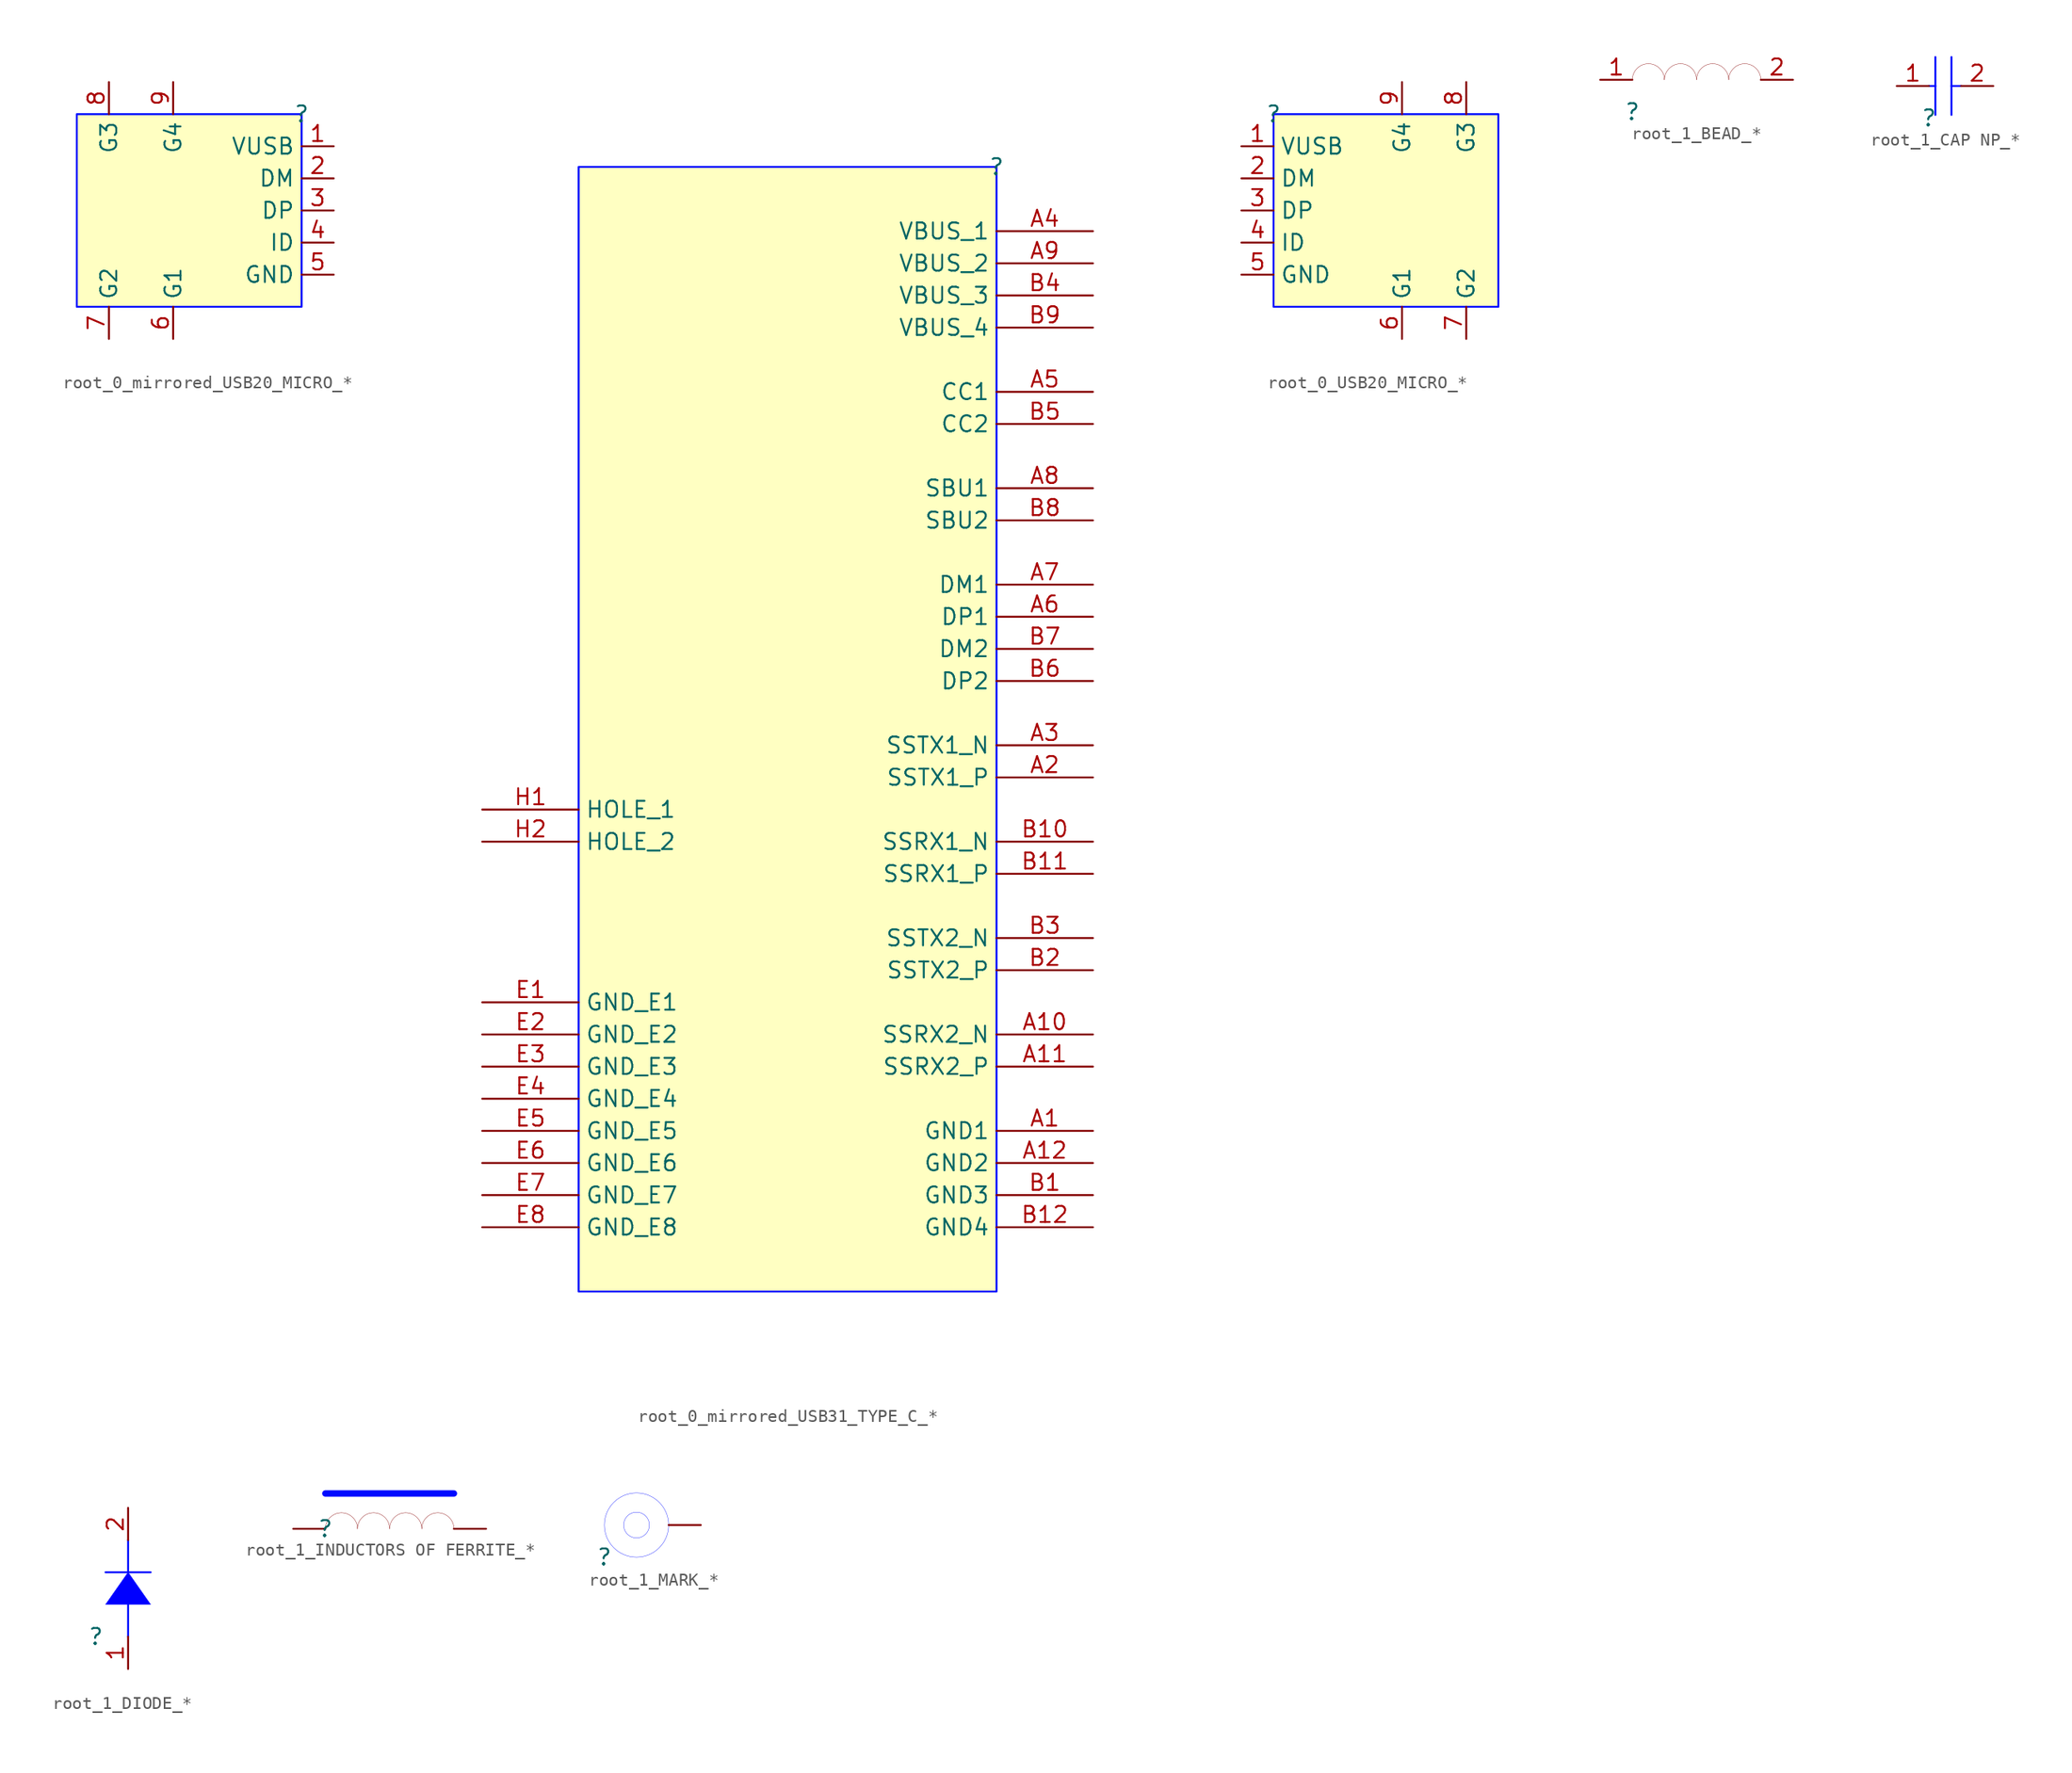
<source format=kicad_sym>
(kicad_symbol_lib
  (version 20241209)
  (generator "kicad_symbol_editor")
  (generator_version "9.0")
  (symbol "root_0_mirrored_USB20_MICRO_*"
    (property "Reference" ""
      (at 0 0 0)
      (effects (font (size 1.27 1.27))))
    (property "Value" ""
      (at 0 0 0)
      (effects (font (size 1.27 1.27))))
    (symbol "root_0_mirrored_USB20_MICRO_*_1_0"
      (rectangle (start 0 0) (end -17.78 -15.24) (stroke (width 0) (type solid) (color 0 11 255 1)) (fill (type background)))
      (pin passive line (at -15.24 2.54 270) (length 2.54) (name "G3" (effects (font (size 1.27 1.27)))) (number "8" (effects (font (size 1.27 1.27)))))
      (pin passive line (at -15.24 -17.78 90) (length 2.54) (name "G2" (effects (font (size 1.27 1.27)))) (number "7" (effects (font (size 1.27 1.27)))))
      (pin passive line (at -10.16 2.54 270) (length 2.54) (name "G4" (effects (font (size 1.27 1.27)))) (number "9" (effects (font (size 1.27 1.27)))))
      (pin passive line (at -10.16 -17.78 90) (length 2.54) (name "G1" (effects (font (size 1.27 1.27)))) (number "6" (effects (font (size 1.27 1.27)))))
      (pin passive line (at 2.54 -2.54 180) (length 2.54) (name "VUSB" (effects (font (size 1.27 1.27)))) (number "1" (effects (font (size 1.27 1.27)))))
      (pin passive line (at 2.54 -5.08 180) (length 2.54) (name "DM" (effects (font (size 1.27 1.27)))) (number "2" (effects (font (size 1.27 1.27)))))
      (pin passive line (at 2.54 -7.62 180) (length 2.54) (name "DP" (effects (font (size 1.27 1.27)))) (number "3" (effects (font (size 1.27 1.27)))))
      (pin passive line (at 2.54 -10.16 180) (length 2.54) (name "ID" (effects (font (size 1.27 1.27)))) (number "4" (effects (font (size 1.27 1.27)))))
      (pin passive line (at 2.54 -12.7 180) (length 2.54) (name "GND" (effects (font (size 1.27 1.27)))) (number "5" (effects (font (size 1.27 1.27)))))))
  (symbol "root_0_mirrored_USB31_TYPE_C_*"
    (property "Reference" ""
      (at 0 0 0)
      (effects (font (size 1.27 1.27))))
    (property "Value" ""
      (at 0 0 0)
      (effects (font (size 1.27 1.27))))
    (symbol "root_0_mirrored_USB31_TYPE_C_*_1_0"
      (rectangle (start 0 0) (end -33.02 -88.9) (stroke (width 0) (type solid) (color 0 11 255 1)) (fill (type background)))
      (pin passive line (at -40.64 -50.8 0) (length 7.62) (name "HOLE_1" (effects (font (size 1.27 1.27)))) (number "H1" (effects (font (size 1.27 1.27)))))
      (pin passive line (at -40.64 -53.34 0) (length 7.62) (name "HOLE_2" (effects (font (size 1.27 1.27)))) (number "H2" (effects (font (size 1.27 1.27)))))
      (pin passive line (at -40.64 -66.04 0) (length 7.62) (name "GND_E1" (effects (font (size 1.27 1.27)))) (number "E1" (effects (font (size 1.27 1.27)))))
      (pin passive line (at -40.64 -68.58 0) (length 7.62) (name "GND_E2" (effects (font (size 1.27 1.27)))) (number "E2" (effects (font (size 1.27 1.27)))))
      (pin passive line (at -40.64 -71.12 0) (length 7.62) (name "GND_E3" (effects (font (size 1.27 1.27)))) (number "E3" (effects (font (size 1.27 1.27)))))
      (pin passive line (at -40.64 -73.66 0) (length 7.62) (name "GND_E4" (effects (font (size 1.27 1.27)))) (number "E4" (effects (font (size 1.27 1.27)))))
      (pin passive line (at -40.64 -76.2 0) (length 7.62) (name "GND_E5" (effects (font (size 1.27 1.27)))) (number "E5" (effects (font (size 1.27 1.27)))))
      (pin passive line (at -40.64 -78.74 0) (length 7.62) (name "GND_E6" (effects (font (size 1.27 1.27)))) (number "E6" (effects (font (size 1.27 1.27)))))
      (pin passive line (at -40.64 -81.28 0) (length 7.62) (name "GND_E7" (effects (font (size 1.27 1.27)))) (number "E7" (effects (font (size 1.27 1.27)))))
      (pin passive line (at -40.64 -83.82 0) (length 7.62) (name "GND_E8" (effects (font (size 1.27 1.27)))) (number "E8" (effects (font (size 1.27 1.27)))))
      (pin passive line (at 7.62 -5.08 180) (length 7.62) (name "VBUS_1" (effects (font (size 1.27 1.27)))) (number "A4" (effects (font (size 1.27 1.27)))))
      (pin passive line (at 7.62 -7.62 180) (length 7.62) (name "VBUS_2" (effects (font (size 1.27 1.27)))) (number "A9" (effects (font (size 1.27 1.27)))))
      (pin passive line (at 7.62 -10.16 180) (length 7.62) (name "VBUS_3" (effects (font (size 1.27 1.27)))) (number "B4" (effects (font (size 1.27 1.27)))))
      (pin passive line (at 7.62 -12.7 180) (length 7.62) (name "VBUS_4" (effects (font (size 1.27 1.27)))) (number "B9" (effects (font (size 1.27 1.27)))))
      (pin passive line (at 7.62 -17.78 180) (length 7.62) (name "CC1" (effects (font (size 1.27 1.27)))) (number "A5" (effects (font (size 1.27 1.27)))))
      (pin passive line (at 7.62 -20.32 180) (length 7.62) (name "CC2" (effects (font (size 1.27 1.27)))) (number "B5" (effects (font (size 1.27 1.27)))))
      (pin passive line (at 7.62 -25.4 180) (length 7.62) (name "SBU1" (effects (font (size 1.27 1.27)))) (number "A8" (effects (font (size 1.27 1.27)))))
      (pin passive line (at 7.62 -27.94 180) (length 7.62) (name "SBU2" (effects (font (size 1.27 1.27)))) (number "B8" (effects (font (size 1.27 1.27)))))
      (pin passive line (at 7.62 -33.02 180) (length 7.62) (name "DM1" (effects (font (size 1.27 1.27)))) (number "A7" (effects (font (size 1.27 1.27)))))
      (pin passive line (at 7.62 -35.56 180) (length 7.62) (name "DP1" (effects (font (size 1.27 1.27)))) (number "A6" (effects (font (size 1.27 1.27)))))
      (pin passive line (at 7.62 -38.1 180) (length 7.62) (name "DM2" (effects (font (size 1.27 1.27)))) (number "B7" (effects (font (size 1.27 1.27)))))
      (pin passive line (at 7.62 -40.64 180) (length 7.62) (name "DP2" (effects (font (size 1.27 1.27)))) (number "B6" (effects (font (size 1.27 1.27)))))
      (pin passive line (at 7.62 -45.72 180) (length 7.62) (name "SSTX1_N" (effects (font (size 1.27 1.27)))) (number "A3" (effects (font (size 1.27 1.27)))))
      (pin passive line (at 7.62 -48.26 180) (length 7.62) (name "SSTX1_P" (effects (font (size 1.27 1.27)))) (number "A2" (effects (font (size 1.27 1.27)))))
      (pin passive line (at 7.62 -53.34 180) (length 7.62) (name "SSRX1_N" (effects (font (size 1.27 1.27)))) (number "B10" (effects (font (size 1.27 1.27)))))
      (pin passive line (at 7.62 -55.88 180) (length 7.62) (name "SSRX1_P" (effects (font (size 1.27 1.27)))) (number "B11" (effects (font (size 1.27 1.27)))))
      (pin passive line (at 7.62 -60.96 180) (length 7.62) (name "SSTX2_N" (effects (font (size 1.27 1.27)))) (number "B3" (effects (font (size 1.27 1.27)))))
      (pin passive line (at 7.62 -63.5 180) (length 7.62) (name "SSTX2_P" (effects (font (size 1.27 1.27)))) (number "B2" (effects (font (size 1.27 1.27)))))
      (pin passive line (at 7.62 -68.58 180) (length 7.62) (name "SSRX2_N" (effects (font (size 1.27 1.27)))) (number "A10" (effects (font (size 1.27 1.27)))))
      (pin passive line (at 7.62 -71.12 180) (length 7.62) (name "SSRX2_P" (effects (font (size 1.27 1.27)))) (number "A11" (effects (font (size 1.27 1.27)))))
      (pin passive line (at 7.62 -76.2 180) (length 7.62) (name "GND1" (effects (font (size 1.27 1.27)))) (number "A1" (effects (font (size 1.27 1.27)))))
      (pin passive line (at 7.62 -78.74 180) (length 7.62) (name "GND2" (effects (font (size 1.27 1.27)))) (number "A12" (effects (font (size 1.27 1.27)))))
      (pin passive line (at 7.62 -81.28 180) (length 7.62) (name "GND3" (effects (font (size 1.27 1.27)))) (number "B1" (effects (font (size 1.27 1.27)))))
      (pin passive line (at 7.62 -83.82 180) (length 7.62) (name "GND4" (effects (font (size 1.27 1.27)))) (number "B12" (effects (font (size 1.27 1.27)))))))
  (symbol "root_0_USB20_MICRO_*"
    (property "Reference" ""
      (at 0 0 0)
      (effects (font (size 1.27 1.27))))
    (property "Value" ""
      (at 0 0 0)
      (effects (font (size 1.27 1.27))))
    (symbol "root_0_USB20_MICRO_*_1_0"
      (rectangle (start 17.78 0) (end 0 -15.24) (stroke (width 0) (type solid) (color 0 11 255 1)) (fill (type background)))
      (pin passive line (at -2.54 -2.54 0) (length 2.54) (name "VUSB" (effects (font (size 1.27 1.27)))) (number "1" (effects (font (size 1.27 1.27)))))
      (pin passive line (at -2.54 -5.08 0) (length 2.54) (name "DM" (effects (font (size 1.27 1.27)))) (number "2" (effects (font (size 1.27 1.27)))))
      (pin passive line (at -2.54 -7.62 0) (length 2.54) (name "DP" (effects (font (size 1.27 1.27)))) (number "3" (effects (font (size 1.27 1.27)))))
      (pin passive line (at -2.54 -10.16 0) (length 2.54) (name "ID" (effects (font (size 1.27 1.27)))) (number "4" (effects (font (size 1.27 1.27)))))
      (pin passive line (at -2.54 -12.7 0) (length 2.54) (name "GND" (effects (font (size 1.27 1.27)))) (number "5" (effects (font (size 1.27 1.27)))))
      (pin passive line (at 10.16 2.54 270) (length 2.54) (name "G4" (effects (font (size 1.27 1.27)))) (number "9" (effects (font (size 1.27 1.27)))))
      (pin passive line (at 10.16 -17.78 90) (length 2.54) (name "G1" (effects (font (size 1.27 1.27)))) (number "6" (effects (font (size 1.27 1.27)))))
      (pin passive line (at 15.24 2.54 270) (length 2.54) (name "G3" (effects (font (size 1.27 1.27)))) (number "8" (effects (font (size 1.27 1.27)))))
      (pin passive line (at 15.24 -17.78 90) (length 2.54) (name "G2" (effects (font (size 1.27 1.27)))) (number "7" (effects (font (size 1.27 1.27)))))))
  (symbol "root_1_BEAD_*"
    (pin_names
      (hide yes))
    (property "Reference" ""
      (at 0 0 0)
      (effects (font (size 1.27 1.27))))
    (property "Value" ""
      (at 0 0 0)
      (effects (font (size 1.27 1.27))))
    (symbol "root_1_BEAD_*_1_0"
      (arc (start 0 2.54) (mid 0.372 3.438) (end 1.27 3.81) (stroke (width 0.0254) (type solid)) (fill (type none)))
      (arc (start 1.27 3.81) (mid 2.168 3.438) (end 2.54 2.54) (stroke (width 0.0254) (type solid)) (fill (type none)))
      (arc (start 2.54 2.54) (mid 2.912 3.438) (end 3.81 3.81) (stroke (width 0.0254) (type solid)) (fill (type none)))
      (arc (start 3.81 3.81) (mid 4.708 3.438) (end 5.08 2.54) (stroke (width 0.0254) (type solid)) (fill (type none)))
      (arc (start 5.08 2.54) (mid 5.452 3.438) (end 6.35 3.81) (stroke (width 0.0254) (type solid)) (fill (type none)))
      (arc (start 6.35 3.81) (mid 7.248 3.438) (end 7.62 2.54) (stroke (width 0.0254) (type solid)) (fill (type none)))
      (arc (start 7.62 2.54) (mid 7.992 3.438) (end 8.89 3.81) (stroke (width 0.0254) (type solid)) (fill (type none)))
      (arc (start 8.89 3.81) (mid 9.788 3.438) (end 10.16 2.54) (stroke (width 0.0254) (type solid)) (fill (type none)))
      (pin passive line (at -2.54 2.54 0) (length 2.54) (name "1" (effects (font (size 1.27 1.27)))) (number "1" (effects (font (size 1.27 1.27)))))
      (pin passive line (at 12.7 2.54 180) (length 2.54) (name "2" (effects (font (size 1.27 1.27)))) (number "2" (effects (font (size 1.27 1.27)))))))
  (symbol "root_1_CAP NP_*"
    (pin_names
      (hide yes))
    (property "Reference" ""
      (at 0 0 0)
      (effects (font (size 1.27 1.27))))
    (property "Value" ""
      (at 0 0 0)
      (effects (font (size 1.27 1.27))))
    (symbol "root_1_CAP NP_*_1_0"
      (polyline (pts (xy 0 2.54) (xy 0.508 2.54)) (stroke (width 0) (type solid) (color 0 11 255 1)) (fill (type none)))
      (polyline (pts (xy 0.508 0.254) (xy 0.508 4.826)) (stroke (width 0) (type solid) (color 0 11 255 1)) (fill (type none)))
      (polyline (pts (xy 1.778 0.254) (xy 1.778 4.826)) (stroke (width 0) (type solid) (color 0 11 255 1)) (fill (type none)))
      (polyline (pts (xy 2.54 2.54) (xy 1.778 2.54)) (stroke (width 0) (type solid) (color 0 11 255 1)) (fill (type none)))
      (pin passive line (at -2.54 2.54 0) (length 2.54) (name "1" (effects (font (size 1.27 1.27)))) (number "1" (effects (font (size 1.27 1.27)))))
      (pin passive line (at 5.08 2.54 180) (length 2.54) (name "2" (effects (font (size 1.27 1.27)))) (number "2" (effects (font (size 1.27 1.27)))))))
  (symbol "root_1_DIODE_*"
    (pin_names
      (hide yes))
    (property "Reference" ""
      (at 0 0 0)
      (effects (font (size 1.27 1.27))))
    (property "Value" ""
      (at 0 0 0)
      (effects (font (size 1.27 1.27))))
    (symbol "root_1_DIODE_*_1_0"
      (polyline (pts (xy 0.762 5.08) (xy 4.318 5.08)) (stroke (width 0) (type solid) (color 0 11 255 1)) (fill (type none)))
      (polyline (pts (xy 2.54 5.08) (xy 2.54 7.62)) (stroke (width 0) (type solid) (color 0 11 255 1)) (fill (type none)))
      (polyline (pts (xy 2.54 5.08) (xy 2.54 5.08) (xy 4.318 2.54) (xy 0.762 2.54) (xy 2.54 5.08) (xy 2.54 5.08)) (stroke (width 0.025) (type solid) (color 0 11 255 1)) (fill (type color) (color 0 0 255 1)))
      (polyline (pts (xy 2.54 0) (xy 2.54 2.54)) (stroke (width 0) (type solid) (color 0 11 255 1)) (fill (type none)))
      (pin passive line (at 2.54 10.16 270) (length 2.54) (name "K" (effects (font (size 1.27 1.27)))) (number "2" (effects (font (size 1.27 1.27)))))
      (pin passive line (at 2.54 -2.54 90) (length 2.54) (name "A" (effects (font (size 1.27 1.27)))) (number "1" (effects (font (size 1.27 1.27)))))))
  (symbol "root_1_INDUCTORS OF FERRITE_*"
    (pin_numbers
      (hide yes))
    (pin_names
      (hide yes))
    (property "Reference" ""
      (at 0 0 0)
      (effects (font (size 1.27 1.27))))
    (property "Value" ""
      (at 0 0 0)
      (effects (font (size 1.27 1.27))))
    (symbol "root_1_INDUCTORS OF FERRITE_*_1_0"
      (polyline (pts (xy 0 2.794) (xy 10.16 2.794)) (stroke (width 0.508) (type solid) (color 0 11 255 1)) (fill (type none)))
      (arc (start 0 0) (mid 0.372 0.898) (end 1.27 1.27) (stroke (width 0.0254) (type solid)) (fill (type none)))
      (arc (start 1.27 1.27) (mid 2.168 0.898) (end 2.54 0) (stroke (width 0.0254) (type solid)) (fill (type none)))
      (arc (start 2.54 0) (mid 2.912 0.898) (end 3.81 1.27) (stroke (width 0.0254) (type solid)) (fill (type none)))
      (arc (start 3.81 1.27) (mid 4.708 0.898) (end 5.08 0) (stroke (width 0.0254) (type solid)) (fill (type none)))
      (arc (start 5.08 0) (mid 5.452 0.898) (end 6.35 1.27) (stroke (width 0.0254) (type solid)) (fill (type none)))
      (arc (start 6.35 1.27) (mid 7.248 0.898) (end 7.62 0) (stroke (width 0.0254) (type solid)) (fill (type none)))
      (arc (start 7.62 0) (mid 7.992 0.898) (end 8.89 1.27) (stroke (width 0.0254) (type solid)) (fill (type none)))
      (arc (start 8.89 1.27) (mid 9.788 0.898) (end 10.16 0) (stroke (width 0.0254) (type solid)) (fill (type none)))
      (pin passive line (at -2.54 0 0) (length 2.54) (name "1" (effects (font (size 1.27 1.27)))) (number "1" (effects (font (size 1.27 1.27)))))
      (pin passive line (at 12.7 0 180) (length 2.54) (name "2" (effects (font (size 1.27 1.27)))) (number "2" (effects (font (size 1.27 1.27)))))))
  (symbol "root_1_MARK_*"
    (pin_numbers
      (hide yes))
    (pin_names
      (hide yes))
    (property "Reference" ""
      (at 0 0 0)
      (effects (font (size 1.27 1.27))))
    (property "Value" ""
      (at 0 0 0)
      (effects (font (size 1.27 1.27))))
    (symbol "root_1_MARK_*_1_0"
      (circle (center 2.54 2.54) (radius 1.016) (stroke (width 0.025) (type solid) (color 0 11 255 1)) (fill (type none)))
      (circle (center 2.54 2.54) (radius 2.54) (stroke (width 0.025) (type solid) (color 0 11 255 1)) (fill (type none)))
      (pin passive line (at 7.62 2.54 180) (length 2.54) (name "1" (effects (font (size 1.27 1.27)))) (number "1" (effects (font (size 1.27 1.27))))))))
</source>
